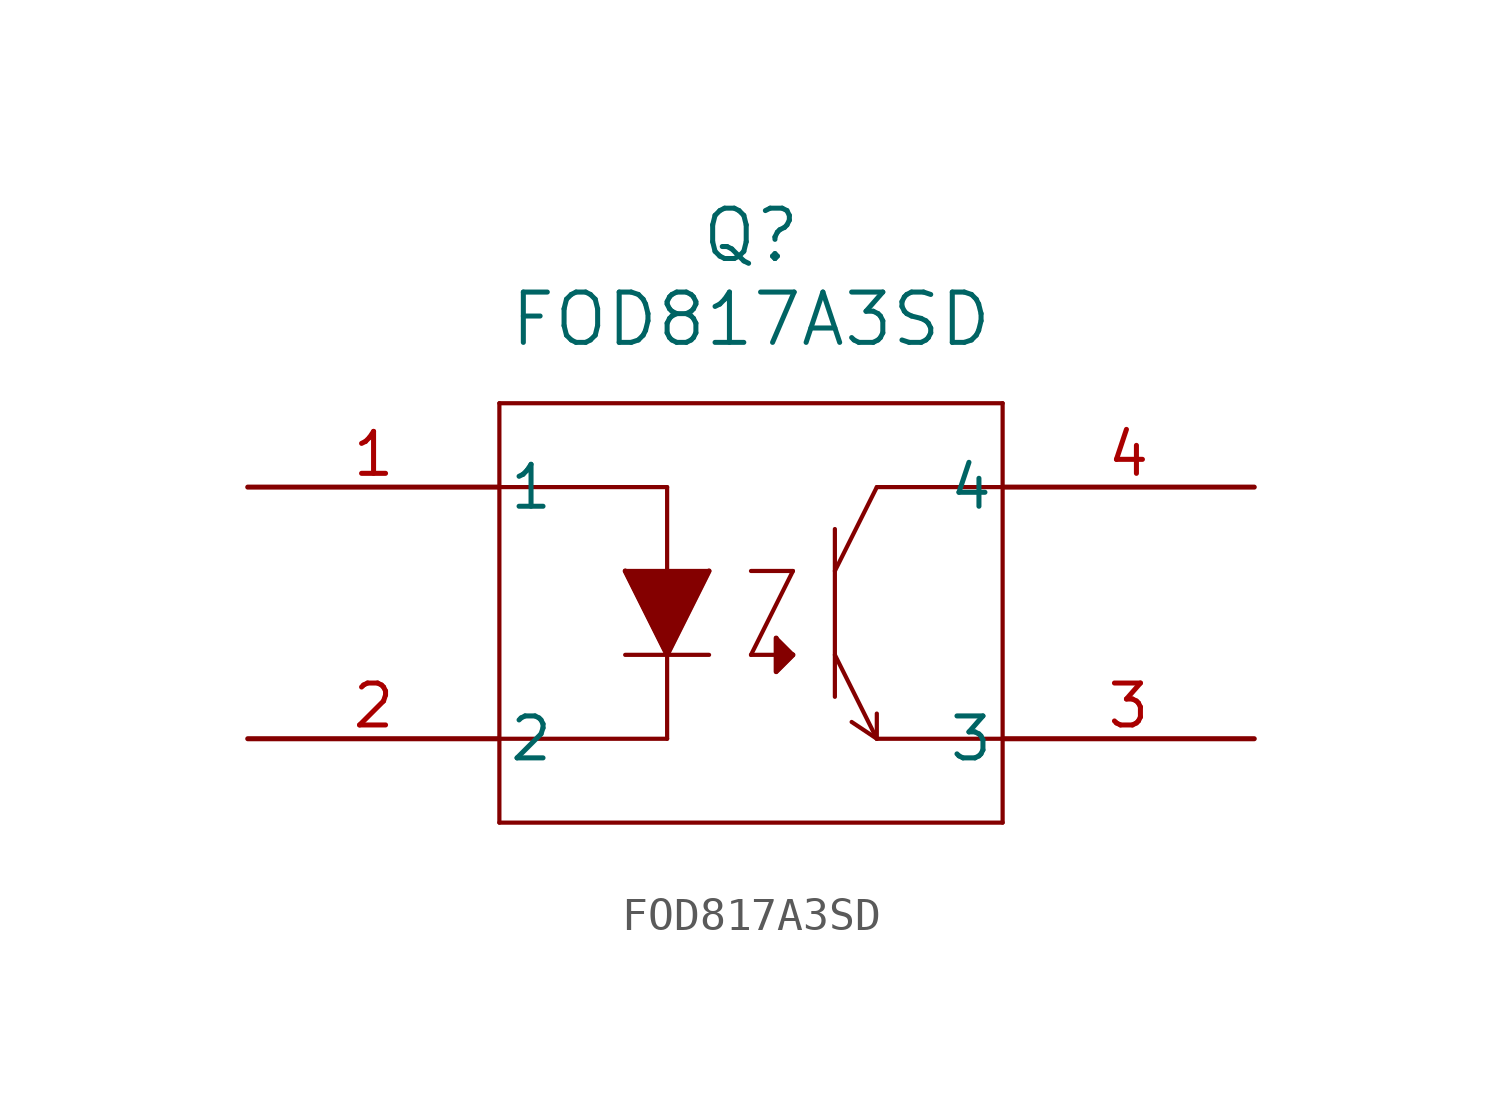
<source format=kicad_sym>
(kicad_symbol_lib
  (version 20211014)
  (generator kicad_symbol_editor)
  (symbol "FOD817A3SD"
    (pin_names
      (offset 0.254))
    (property "Reference" "Q"
      (at 15.24 7.62 0)
      (effects (font (size 1.524 1.524))))
    (property "Value" "FOD817A3SD"
      (at 15.24 5.08 0)
      (effects (font (size 1.524 1.524))))
    (symbol "FOD817A3SD_0_1"
      (polyline (pts (xy 7.62 2.54) (xy 7.62 -10.16)) (stroke (width 0.127) (type default) (color 0 0 0 0)) (fill (type none)))
      (polyline (pts (xy 7.62 -10.16) (xy 22.86 -10.16)) (stroke (width 0.127) (type default) (color 0 0 0 0)) (fill (type none)))
      (polyline (pts (xy 22.86 -10.16) (xy 22.86 2.54)) (stroke (width 0.127) (type default) (color 0 0 0 0)) (fill (type none)))
      (polyline (pts (xy 22.86 2.54) (xy 7.62 2.54)) (stroke (width 0.127) (type default) (color 0 0 0 0)) (fill (type none)))
      (polyline (pts (xy 7.62 0) (xy 12.7 0)) (stroke (width 0.127) (type default) (color 0 0 0 0)) (fill (type none)))
      (polyline (pts (xy 12.7 0) (xy 12.7 -7.62)) (stroke (width 0.127) (type default) (color 0 0 0 0)) (fill (type none)))
      (polyline (pts (xy 12.7 -7.62) (xy 7.62 -7.62)) (stroke (width 0.127) (type default) (color 0 0 0 0)) (fill (type none)))
      (polyline (pts (xy 11.43 -2.54) (xy 13.97 -2.54)) (stroke (width 0.127) (type default) (color 0 0 0 0)) (fill (type none)))
      (polyline (pts (xy 13.97 -2.54) (xy 12.7 -5.08)) (stroke (width 0.127) (type default) (color 0 0 0 0)) (fill (type none)))
      (polyline (pts (xy 12.7 -5.08) (xy 11.43 -2.54)) (stroke (width 0.127) (type default) (color 0 0 0 0)) (fill (type none)))
      (polyline (pts (xy 11.43 -5.08) (xy 13.97 -5.08)) (stroke (width 0.127) (type default) (color 0 0 0 0)) (fill (type none)))
      (polyline (pts (xy 11.43 -2.54) (xy 12.7 -5.08) (xy 13.97 -2.54)) (stroke (width 0) (type default) (color 0 0 0 0)) (fill (type outline)))
      (polyline (pts (xy 22.86 0) (xy 19.05 0)) (stroke (width 0.127) (type default) (color 0 0 0 0)) (fill (type none)))
      (polyline (pts (xy 22.86 -7.62) (xy 19.05 -7.62)) (stroke (width 0.127) (type default) (color 0 0 0 0)) (fill (type none)))
      (polyline (pts (xy 19.05 0) (xy 17.78 -2.54)) (stroke (width 0.127) (type default) (color 0 0 0 0)) (fill (type none)))
      (polyline (pts (xy 19.05 -7.62) (xy 17.78 -5.08)) (stroke (width 0.127) (type default) (color 0 0 0 0)) (fill (type none)))
      (polyline (pts (xy 17.78 -1.27) (xy 17.78 -6.35)) (stroke (width 0.127) (type default) (color 0 0 0 0)) (fill (type none)))
      (polyline (pts (xy 19.05 -7.62) (xy 19.05 -6.858)) (stroke (width 0.127) (type default) (color 0 0 0 0)) (fill (type none)))
      (polyline (pts (xy 19.05 -7.62) (xy 18.288 -7.112)) (stroke (width 0.127) (type default) (color 0 0 0 0)) (fill (type none)))
      (polyline (pts (xy 15.24 -2.54) (xy 16.51 -2.54)) (stroke (width 0.127) (type default) (color 0 0 0 0)) (fill (type none)))
      (polyline (pts (xy 16.51 -2.54) (xy 15.24 -5.08)) (stroke (width 0.127) (type default) (color 0 0 0 0)) (fill (type none)))
      (polyline (pts (xy 15.24 -5.08) (xy 16.51 -5.08)) (stroke (width 0.127) (type default) (color 0 0 0 0)) (fill (type none)))
      (polyline (pts (xy 16.51 -5.08) (xy 16.002 -4.572)) (stroke (width 0.127) (type default) (color 0 0 0 0)) (fill (type none)))
      (polyline (pts (xy 16.51 -5.08) (xy 16.002 -5.588)) (stroke (width 0.127) (type default) (color 0 0 0 0)) (fill (type none)))
      (polyline (pts (xy 16.002 -4.572) (xy 16.002 -5.588)) (stroke (width 0.127) (type default) (color 0 0 0 0)) (fill (type none)))
      (polyline (pts (xy 16.002 -4.572) (xy 16.002 -5.588) (xy 16.51 -5.08)) (stroke (width 0) (type default) (color 0 0 0 0)) (fill (type outline)))
      (pin unspecified line (at 0 0 0) (length 7.62) (name "1" (effects (font (size 1.27 1.27)))) (number "1" (effects (font (size 1.27 1.27)))))
      (pin unspecified line (at 0 -7.62 0) (length 7.62) (name "2" (effects (font (size 1.27 1.27)))) (number "2" (effects (font (size 1.27 1.27)))))
      (pin unspecified line (at 30.48 -7.62 180) (length 7.62) (name "3" (effects (font (size 1.27 1.27)))) (number "3" (effects (font (size 1.27 1.27)))))
      (pin unspecified line (at 30.48 0 180) (length 7.62) (name "4" (effects (font (size 1.27 1.27)))) (number "4" (effects (font (size 1.27 1.27))))))))
</source>
